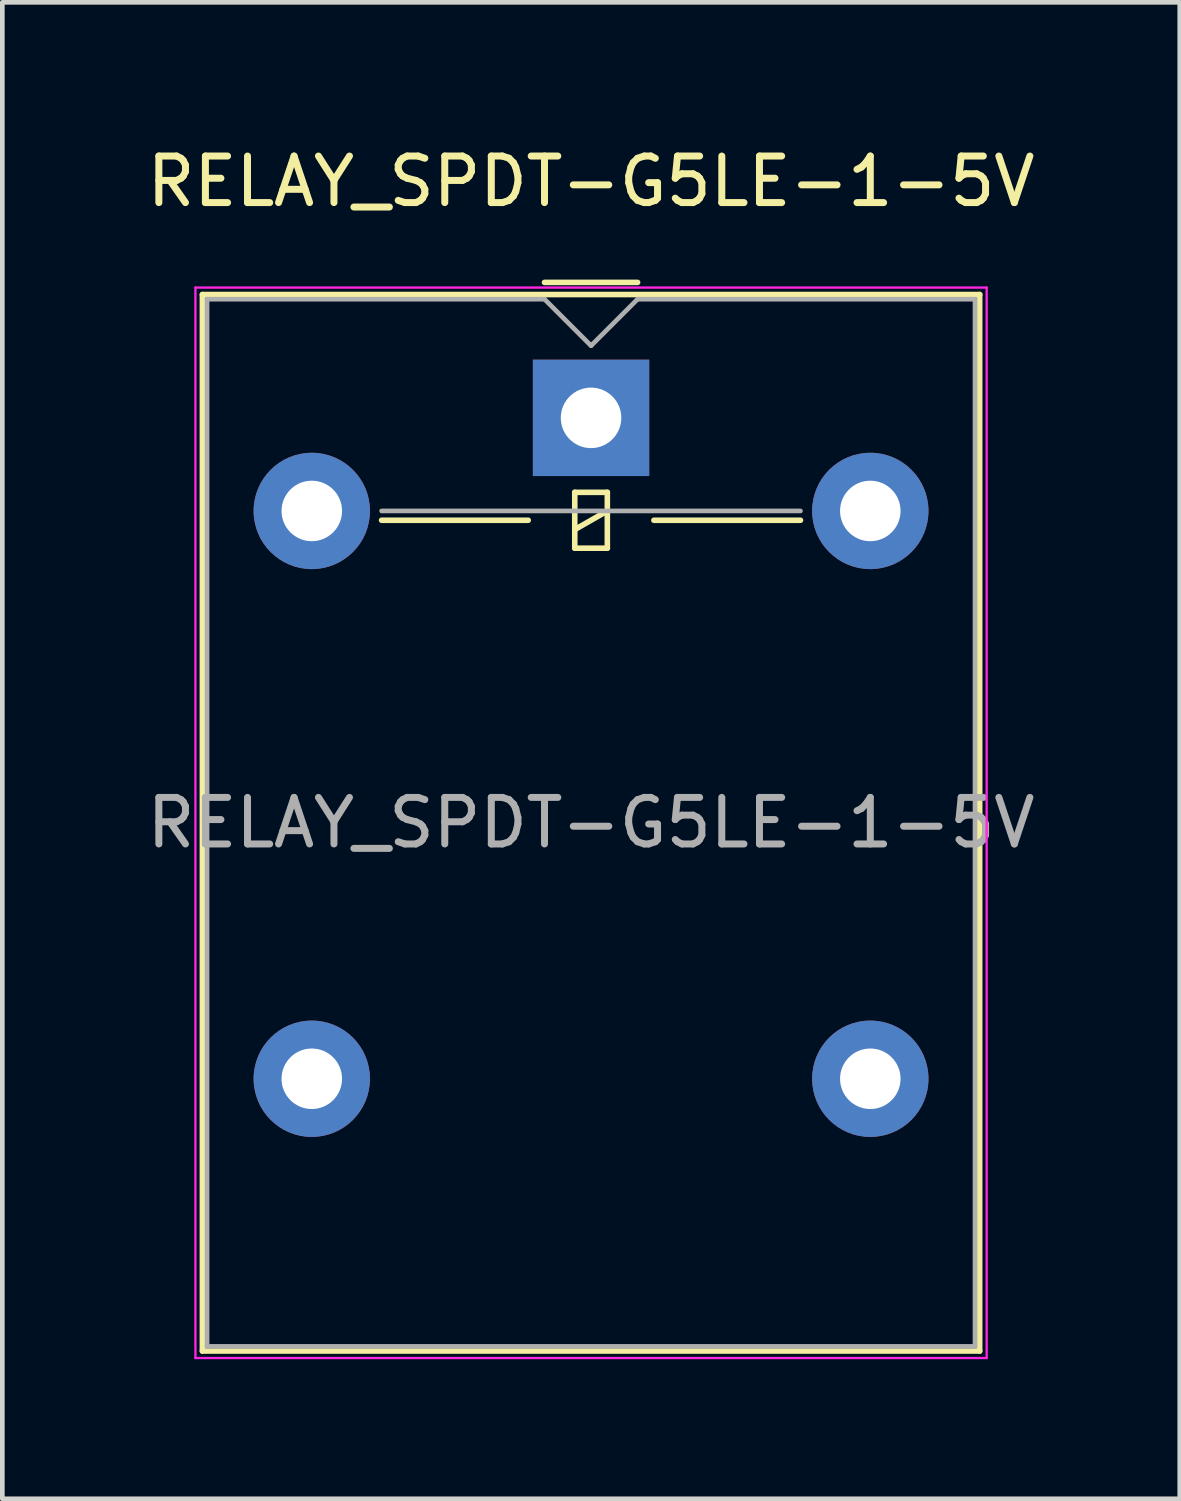
<source format=kicad_pcb>
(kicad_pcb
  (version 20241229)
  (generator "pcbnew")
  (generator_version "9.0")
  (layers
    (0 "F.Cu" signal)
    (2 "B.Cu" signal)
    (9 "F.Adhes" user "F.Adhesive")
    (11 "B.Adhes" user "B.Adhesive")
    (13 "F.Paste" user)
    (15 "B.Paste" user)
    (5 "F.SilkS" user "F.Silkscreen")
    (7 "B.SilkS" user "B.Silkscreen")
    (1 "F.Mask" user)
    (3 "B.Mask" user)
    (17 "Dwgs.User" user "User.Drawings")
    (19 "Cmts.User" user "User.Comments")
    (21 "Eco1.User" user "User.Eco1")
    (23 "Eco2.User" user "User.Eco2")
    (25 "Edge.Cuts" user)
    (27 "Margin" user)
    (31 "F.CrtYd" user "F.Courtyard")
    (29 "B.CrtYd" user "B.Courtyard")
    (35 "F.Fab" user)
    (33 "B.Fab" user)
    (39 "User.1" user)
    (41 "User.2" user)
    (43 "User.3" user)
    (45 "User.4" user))
  (footprint "RELAY_SPDT-G5LE-1-5V"
    (layer "F.Cu")
    (at 9.649 5.928)
    (property "Reference" "RELAY_SPDT-G5LE-1-5V" (at 0 -5.08 0) (layer "F.SilkS") (effects (font (size 1 1) (thickness 0.15))))
    (attr through_hole)
    (fp_line (start -8.35 -2.65) (end -8.35 20.05) (stroke (width 0.12) (type solid)) (layer "F.SilkS"))
    (fp_line (start -8.35 20.05) (end 8.35 20.05) (stroke (width 0.12) (type solid)) (layer "F.SilkS"))
    (fp_line (start -4.5 2.2) (end -1.35 2.2) (stroke (width 0.12) (type solid)) (layer "F.SilkS"))
    (fp_line (start -1 -2.91) (end 1 -2.91) (stroke (width 0.12) (type solid)) (layer "F.SilkS"))
    (fp_line (start -0.35 1.6) (end -0.35 2.8) (stroke (width 0.12) (type solid)) (layer "F.SilkS"))
    (fp_line (start -0.35 2.4) (end 0.35 2) (stroke (width 0.12) (type solid)) (layer "F.SilkS"))
    (fp_line (start -0.35 2.8) (end 0.35 2.8) (stroke (width 0.12) (type solid)) (layer "F.SilkS"))
    (fp_line (start 0.35 1.6) (end -0.35 1.6) (stroke (width 0.12) (type solid)) (layer "F.SilkS"))
    (fp_line (start 0.35 2.8) (end 0.35 1.6) (stroke (width 0.12) (type solid)) (layer "F.SilkS"))
    (fp_line (start 1.35 2.2) (end 4.5 2.2) (stroke (width 0.12) (type solid)) (layer "F.SilkS"))
    (fp_line (start 8.35 -2.65) (end -8.35 -2.65) (stroke (width 0.12) (type solid)) (layer "F.SilkS"))
    (fp_line (start 8.35 20.05) (end 8.35 -2.65) (stroke (width 0.12) (type solid)) (layer "F.SilkS"))
    (fp_line (start -8.5 -2.8) (end -8.5 20.2) (stroke (width 0.05) (type solid)) (layer "F.CrtYd"))
    (fp_line (start -8.5 20.2) (end 8.5 20.2) (stroke (width 0.05) (type solid)) (layer "F.CrtYd"))
    (fp_line (start 8.5 -2.8) (end -8.5 -2.8) (stroke (width 0.05) (type solid)) (layer "F.CrtYd"))
    (fp_line (start 8.5 20.2) (end 8.5 -2.8) (stroke (width 0.05) (type solid)) (layer "F.CrtYd"))
    (fp_line (start -8.25 -2.55) (end -1 -2.55) (stroke (width 0.1) (type solid)) (layer "F.Fab"))
    (fp_line (start -8.25 19.95) (end -8.25 -2.55) (stroke (width 0.1) (type solid)) (layer "F.Fab"))
    (fp_line (start -4.5 2) (end 4.5 2) (stroke (width 0.1) (type solid)) (layer "F.Fab"))
    (fp_line (start -1 -2.55) (end 0 -1.55) (stroke (width 0.1) (type solid)) (layer "F.Fab"))
    (fp_line (start 0 -1.55) (end 1 -2.55) (stroke (width 0.1) (type solid)) (layer "F.Fab"))
    (fp_line (start 1 -2.55) (end 8.25 -2.55) (stroke (width 0.1) (type solid)) (layer "F.Fab"))
    (fp_line (start 8.25 -2.55) (end 8.25 19.95) (stroke (width 0.1) (type solid)) (layer "F.Fab"))
    (fp_line (start 8.25 19.95) (end -8.25 19.95) (stroke (width 0.1) (type solid)) (layer "F.Fab"))
    (fp_text user "${REFERENCE}" (at 0 8.7 0) (layer "F.Fab") (effects (font (size 1 1) (thickness 0.15))))
    (pad "1" thru_hole rect (at 0 0) (size 2.5 2.5) (drill 1.3) (layers "*.Cu" "*.Mask"))
    (pad "2" thru_hole oval (at -6 2) (size 2.5 2.5) (drill 1.3) (layers "*.Cu" "*.Mask"))
    (pad "3" thru_hole oval (at -6 14.2) (size 2.5 2.5) (drill 1.3) (layers "*.Cu" "*.Mask"))
    (pad "4" thru_hole oval (at 6 14.2) (size 2.5 2.5) (drill 1.3) (layers "*.Cu" "*.Mask"))
    (pad "5" thru_hole oval (at 6 2) (size 2.5 2.5) (drill 1.3) (layers "*.Cu" "*.Mask")))
  (gr_rect
    (start -3 -3)
    (end 22.298 29.153)
    (stroke (width 0.1) (type default))
    (fill no)
    (layer "Edge.Cuts")))
</source>
